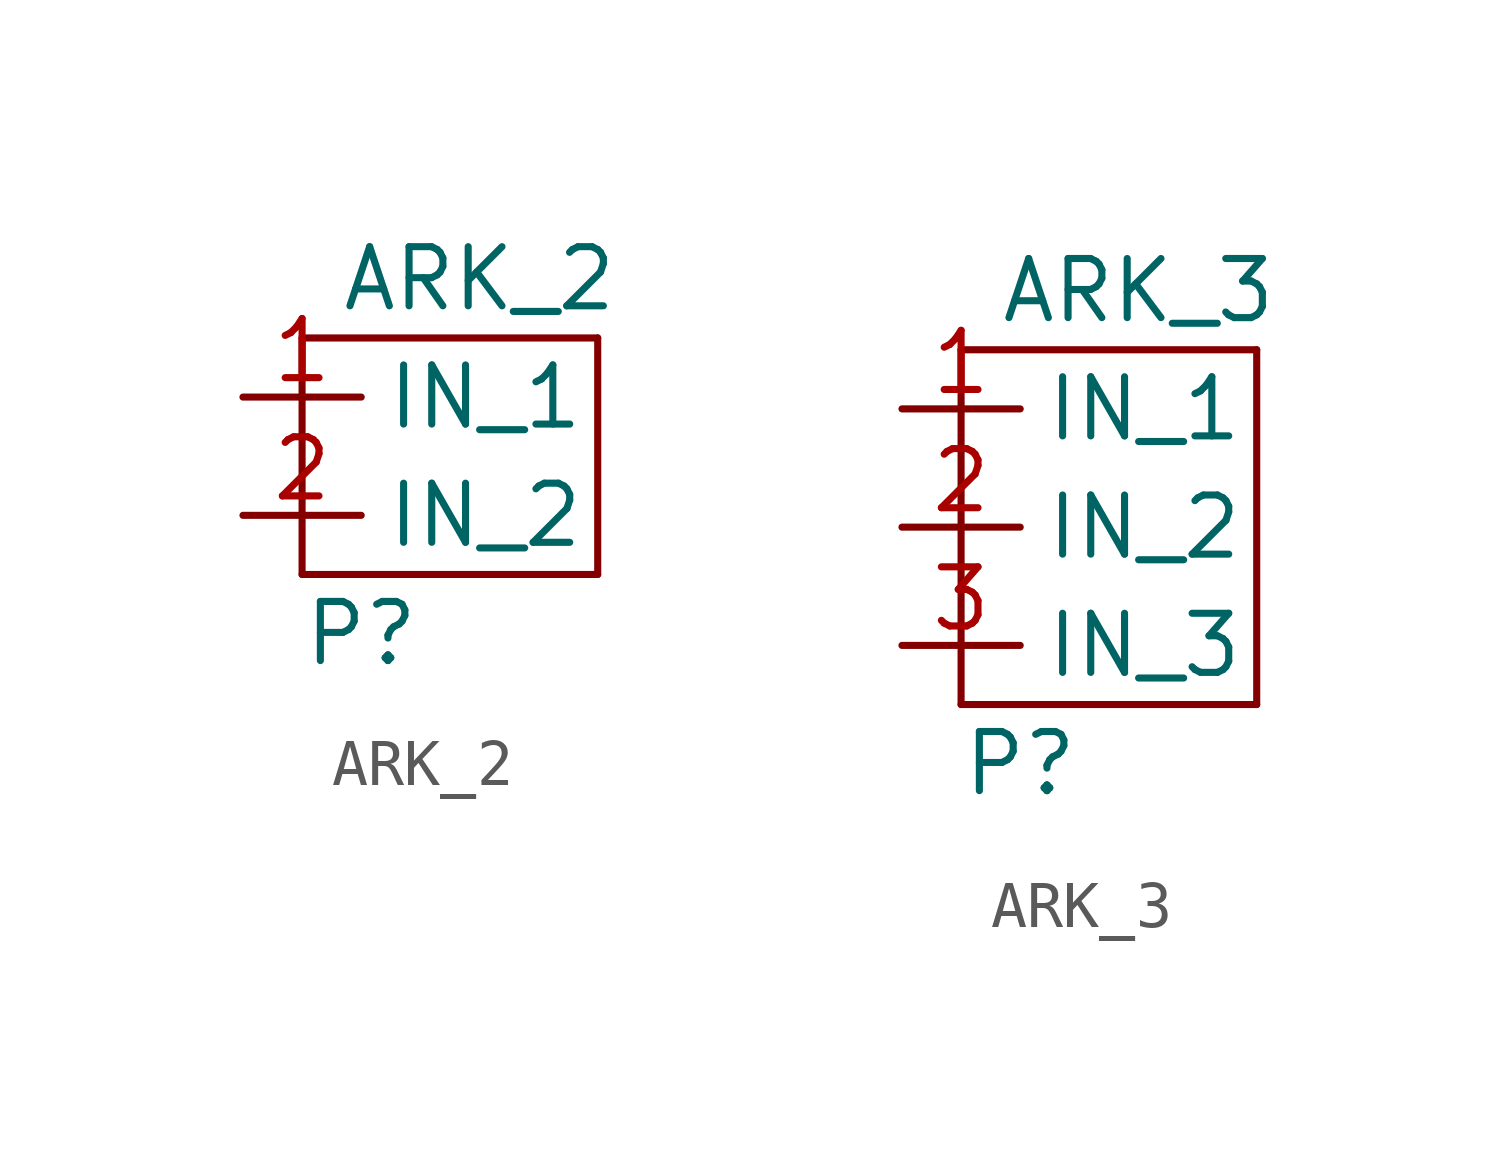
<source format=kicad_sym>
(kicad_symbol_lib
  (version 20211014)
  (generator kicad_symbol_editor)
  (symbol "ARK_2"
    (property "Reference" "P"
      (at 0 -1.27 0)
      (effects (font (size 1.27 1.27))))
    (property "Value" "ARK_2"
      (at 2.54 6.35 0)
      (effects (font (size 1.27 1.27))))
    (symbol "ARK_2_0_1"
      (rectangle (start -1.27 0) (end -1.27 5.08) (stroke (width 0) (type default) (color 0 0 0 0)) (fill (type none)))
      (rectangle (start -1.27 0) (end 5.08 0) (stroke (width 0) (type default) (color 0 0 0 0)) (fill (type none)))
      (rectangle (start -1.27 5.08) (end 5.08 5.08) (stroke (width 0) (type default) (color 0 0 0 0)) (fill (type none)))
      (rectangle (start 5.08 5.08) (end 5.08 0) (stroke (width 0) (type default) (color 0 0 0 0)) (fill (type none))))
    (symbol "ARK_2_1_1"
      (pin input line (at -2.54 3.81 0) (length 2.54) (name "IN_1" (effects (font (size 1.27 1.27)))) (number "1" (effects (font (size 1.27 1.27)))))
      (pin input line (at -2.54 1.27 0) (length 2.54) (name "IN_2" (effects (font (size 1.27 1.27)))) (number "2" (effects (font (size 1.27 1.27)))))))
  (symbol "ARK_3"
    (property "Reference" "P"
      (at 1.27 -6.35 0)
      (effects (font (size 1.27 1.27))))
    (property "Value" "ARK_3"
      (at 3.81 3.81 0)
      (effects (font (size 1.27 1.27))))
    (symbol "ARK_3_0_1"
      (rectangle (start 0 2.54) (end 0 -5.08) (stroke (width 0) (type default) (color 0 0 0 0)) (fill (type none)))
      (rectangle (start 0 2.54) (end 6.35 2.54) (stroke (width 0) (type default) (color 0 0 0 0)) (fill (type none)))
      (rectangle (start 6.35 -5.08) (end 0 -5.08) (stroke (width 0) (type default) (color 0 0 0 0)) (fill (type none)))
      (rectangle (start 6.35 2.54) (end 6.35 -5.08) (stroke (width 0) (type default) (color 0 0 0 0)) (fill (type none))))
    (symbol "ARK_3_1_1"
      (pin input line (at -1.27 1.27 0) (length 2.54) (name "IN_1" (effects (font (size 1.27 1.27)))) (number "1" (effects (font (size 1.27 1.27)))))
      (pin input line (at -1.27 -1.27 0) (length 2.54) (name "IN_2" (effects (font (size 1.27 1.27)))) (number "2" (effects (font (size 1.27 1.27)))))
      (pin input line (at -1.27 -3.81 0) (length 2.54) (name "IN_3" (effects (font (size 1.27 1.27)))) (number "3" (effects (font (size 1.27 1.27))))))))
</source>
